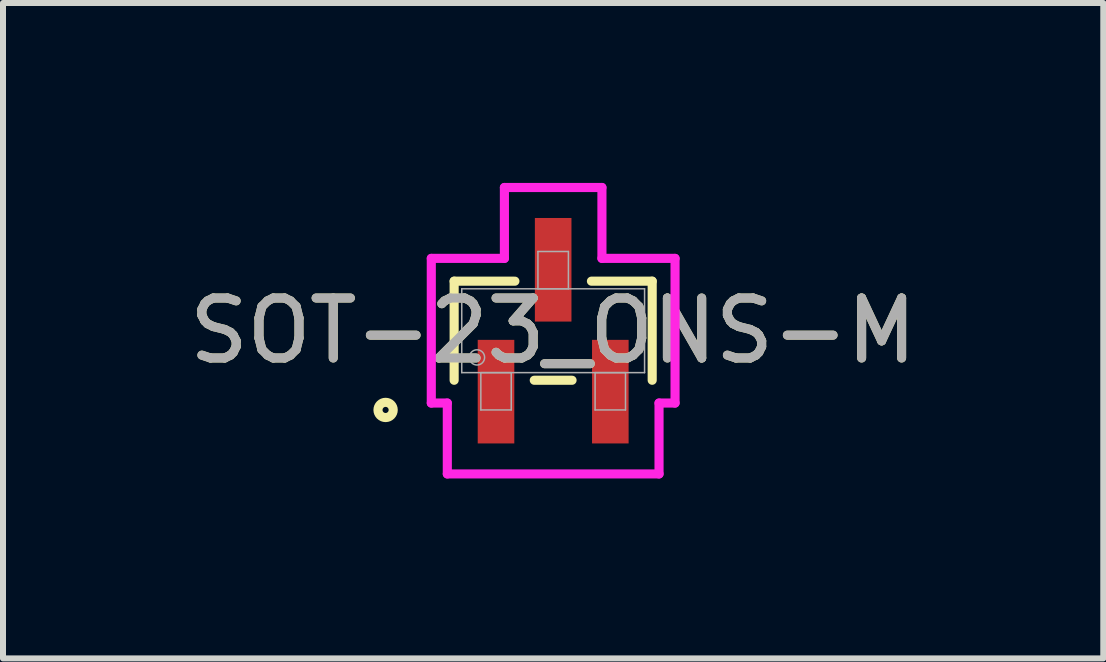
<source format=kicad_pcb>
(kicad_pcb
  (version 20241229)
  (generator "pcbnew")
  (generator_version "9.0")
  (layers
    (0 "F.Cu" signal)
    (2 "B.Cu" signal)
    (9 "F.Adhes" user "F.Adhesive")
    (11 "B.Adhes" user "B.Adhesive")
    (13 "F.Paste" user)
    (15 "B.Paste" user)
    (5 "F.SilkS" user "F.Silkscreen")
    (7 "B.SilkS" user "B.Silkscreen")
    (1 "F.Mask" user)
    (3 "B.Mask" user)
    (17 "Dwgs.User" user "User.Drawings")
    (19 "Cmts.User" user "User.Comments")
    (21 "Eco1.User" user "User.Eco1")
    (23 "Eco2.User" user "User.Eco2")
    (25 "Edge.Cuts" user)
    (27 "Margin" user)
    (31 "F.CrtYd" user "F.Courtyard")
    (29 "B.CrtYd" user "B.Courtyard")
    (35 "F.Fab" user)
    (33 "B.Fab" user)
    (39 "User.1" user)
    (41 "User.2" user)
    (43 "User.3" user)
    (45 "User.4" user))
  (footprint "SOT-23_ONS-M"
    (layer "F.Cu")
    (at 6.173 2.464)
    (property "Reference" "SOT-23_ONS-M" (at 0 0 0) (unlocked yes) (layer "F.SilkS") (effects (font (size 1 1) (thickness 0.15))))
    (attr smd)
    (fp_line (start -1.651 -0.826) (end -1.651 0.826) (stroke (width 0.152) (type solid)) (layer "F.SilkS"))
    (fp_line (start -0.638 -0.826) (end -1.651 -0.826) (stroke (width 0.152) (type solid)) (layer "F.SilkS"))
    (fp_line (start -0.315 0.826) (end 0.315 0.826) (stroke (width 0.152) (type solid)) (layer "F.SilkS"))
    (fp_line (start 1.651 -0.826) (end 0.638 -0.826) (stroke (width 0.152) (type solid)) (layer "F.SilkS"))
    (fp_line (start 1.651 0.826) (end 1.651 -0.826) (stroke (width 0.152) (type solid)) (layer "F.SilkS"))
    (fp_circle (center -2.794 1.321) (end -2.667 1.321) (stroke (width 0.152) (type solid)) (fill no) (layer "F.SilkS"))
    (fp_line (start -2.032 -1.206) (end -0.813 -1.206) (stroke (width 0.152) (type solid)) (layer "F.CrtYd"))
    (fp_line (start -2.032 1.206) (end -2.032 -1.206) (stroke (width 0.152) (type solid)) (layer "F.CrtYd"))
    (fp_line (start -2.032 1.206) (end -1.765 1.206) (stroke (width 0.152) (type solid)) (layer "F.CrtYd"))
    (fp_line (start -1.765 1.206) (end -1.765 2.388) (stroke (width 0.152) (type solid)) (layer "F.CrtYd"))
    (fp_line (start -1.765 2.388) (end 1.765 2.388) (stroke (width 0.152) (type solid)) (layer "F.CrtYd"))
    (fp_line (start -0.813 -2.388) (end 0.813 -2.388) (stroke (width 0.152) (type solid)) (layer "F.CrtYd"))
    (fp_line (start -0.813 -1.206) (end -0.813 -2.388) (stroke (width 0.152) (type solid)) (layer "F.CrtYd"))
    (fp_line (start 0.813 -1.206) (end 0.813 -2.388) (stroke (width 0.152) (type solid)) (layer "F.CrtYd"))
    (fp_line (start 1.765 1.206) (end 1.765 2.388) (stroke (width 0.152) (type solid)) (layer "F.CrtYd"))
    (fp_line (start 2.032 -1.206) (end 0.813 -1.206) (stroke (width 0.152) (type solid)) (layer "F.CrtYd"))
    (fp_line (start 2.032 -1.206) (end 2.032 1.206) (stroke (width 0.152) (type solid)) (layer "F.CrtYd"))
    (fp_line (start 2.032 1.206) (end 1.765 1.206) (stroke (width 0.152) (type solid)) (layer "F.CrtYd"))
    (fp_line (start -1.524 -0.699) (end -1.524 0.699) (stroke (width 0.025) (type solid)) (layer "F.Fab"))
    (fp_line (start -1.524 0.699) (end 1.524 0.699) (stroke (width 0.025) (type solid)) (layer "F.Fab"))
    (fp_line (start -1.206 0.699) (end -1.206 1.321) (stroke (width 0.025) (type solid)) (layer "F.Fab"))
    (fp_line (start -1.206 1.321) (end -0.699 1.321) (stroke (width 0.025) (type solid)) (layer "F.Fab"))
    (fp_line (start -0.699 0.699) (end -1.206 0.699) (stroke (width 0.025) (type solid)) (layer "F.Fab"))
    (fp_line (start -0.699 1.321) (end -0.699 0.699) (stroke (width 0.025) (type solid)) (layer "F.Fab"))
    (fp_line (start -0.254 -1.321) (end -0.254 -0.699) (stroke (width 0.025) (type solid)) (layer "F.Fab"))
    (fp_line (start -0.254 -0.699) (end 0.254 -0.699) (stroke (width 0.025) (type solid)) (layer "F.Fab"))
    (fp_line (start 0.254 -1.321) (end -0.254 -1.321) (stroke (width 0.025) (type solid)) (layer "F.Fab"))
    (fp_line (start 0.254 -0.699) (end 0.254 -1.321) (stroke (width 0.025) (type solid)) (layer "F.Fab"))
    (fp_line (start 0.699 0.699) (end 0.699 1.321) (stroke (width 0.025) (type solid)) (layer "F.Fab"))
    (fp_line (start 0.699 1.321) (end 1.206 1.321) (stroke (width 0.025) (type solid)) (layer "F.Fab"))
    (fp_line (start 1.206 0.699) (end 0.699 0.699) (stroke (width 0.025) (type solid)) (layer "F.Fab"))
    (fp_line (start 1.206 1.321) (end 1.206 0.699) (stroke (width 0.025) (type solid)) (layer "F.Fab"))
    (fp_line (start 1.524 -0.699) (end -1.524 -0.699) (stroke (width 0.025) (type solid)) (layer "F.Fab"))
    (fp_line (start 1.524 0.699) (end 1.524 -0.699) (stroke (width 0.025) (type solid)) (layer "F.Fab"))
    (fp_circle (center -1.27 0.445) (end -1.143 0.445) (stroke (width 0.025) (type solid)) (fill no) (layer "F.Fab"))
    (fp_text user "${REFERENCE}" (at 0 0 0) (unlocked yes) (layer "F.Fab") (effects (font (size 1 1) (thickness 0.15))))
    (pad "1" smd rect (at -0.953 1.016) (size 0.61 1.727) (layers "F.Cu" "F.Mask" "F.Paste"))
    (pad "2" smd rect (at 0.953 1.016) (size 0.61 1.727) (layers "F.Cu" "F.Mask" "F.Paste"))
    (pad "3" smd rect (at 0 -1.016) (size 0.61 1.727) (layers "F.Cu" "F.Mask" "F.Paste")))
  (gr_rect
    (start -3 -3)
    (end 15.345 7.928)
    (stroke (width 0.1) (type default))
    (fill no)
    (layer "Edge.Cuts")))
</source>
